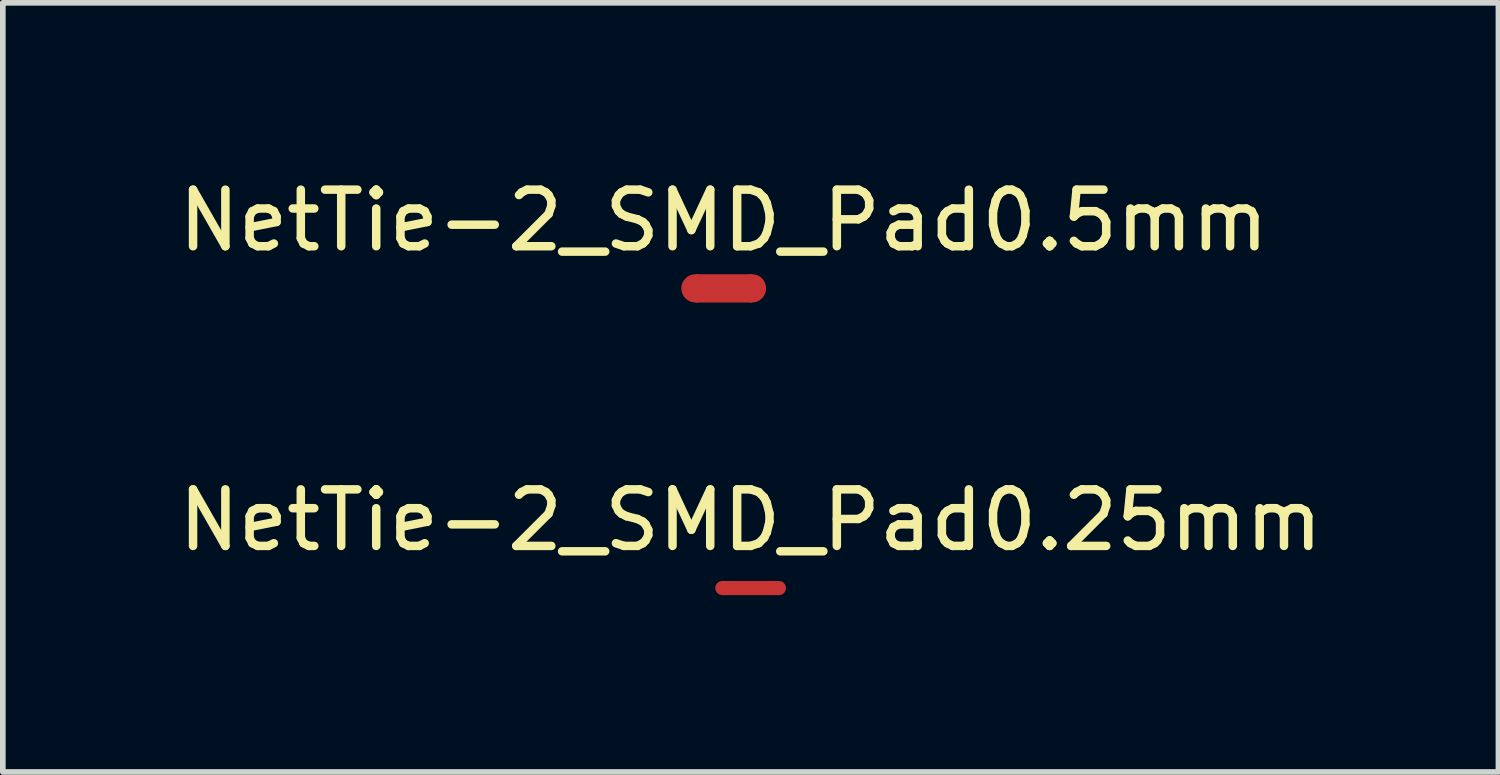
<source format=kicad_pcb>
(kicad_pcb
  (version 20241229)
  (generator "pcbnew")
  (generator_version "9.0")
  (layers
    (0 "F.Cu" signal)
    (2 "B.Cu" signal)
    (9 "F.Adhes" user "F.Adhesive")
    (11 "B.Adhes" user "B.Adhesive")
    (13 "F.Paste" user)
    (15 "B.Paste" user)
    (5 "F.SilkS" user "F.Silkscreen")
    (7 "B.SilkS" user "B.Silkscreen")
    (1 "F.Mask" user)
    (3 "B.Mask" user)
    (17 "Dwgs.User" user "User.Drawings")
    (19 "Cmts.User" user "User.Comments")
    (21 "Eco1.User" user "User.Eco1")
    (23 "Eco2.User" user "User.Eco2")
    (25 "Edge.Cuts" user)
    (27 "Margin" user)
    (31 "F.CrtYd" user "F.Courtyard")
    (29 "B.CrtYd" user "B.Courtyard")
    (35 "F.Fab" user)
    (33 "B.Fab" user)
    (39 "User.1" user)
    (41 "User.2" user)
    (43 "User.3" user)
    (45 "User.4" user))
  (footprint "NetTie-2_SMD_Pad0.25mm"
    (layer "F.Cu")
    (at 10.22 7.346)
    (property "Reference" "NetTie-2_SMD_Pad0.25mm" (at 0 -1.2 0) (layer "F.SilkS") (effects (font (size 1 1) (thickness 0.15))))
    (attr exclude_from_pos_files exclude_from_bom)
    (fp_poly (pts (xy -0.5 -0.125) (xy 0.5 -0.125) (xy 0.5 0.125) (xy -0.5 0.125)) (stroke (width 0) (type solid)) (fill yes) (layer "F.Cu"))
    (pad "1" smd circle (at -0.5 0) (size 0.25 0.25) (layers "F.Cu"))
    (pad "2" smd circle (at 0.5 0) (size 0.25 0.25) (layers "F.Cu")))
  (footprint "NetTie-2_SMD_Pad0.5mm"
    (layer "F.Cu")
    (at 9.744 2.048)
    (property "Reference" "NetTie-2_SMD_Pad0.5mm" (at 0 -1.2 0) (layer "F.SilkS") (effects (font (size 1 1) (thickness 0.15))))
    (attr exclude_from_pos_files exclude_from_bom)
    (fp_poly (pts (xy -0.5 -0.25) (xy 0.5 -0.25) (xy 0.5 0.25) (xy -0.5 0.25)) (stroke (width 0) (type solid)) (fill yes) (layer "F.Cu"))
    (pad "1" smd circle (at -0.5 0) (size 0.5 0.5) (layers "F.Cu"))
    (pad "2" smd circle (at 0.5 0) (size 0.5 0.5) (layers "F.Cu")))
  (gr_rect
    (start -3 -3)
    (end 23.44 10.597)
    (stroke (width 0.1) (type default))
    (fill no)
    (layer "Edge.Cuts")))
</source>
